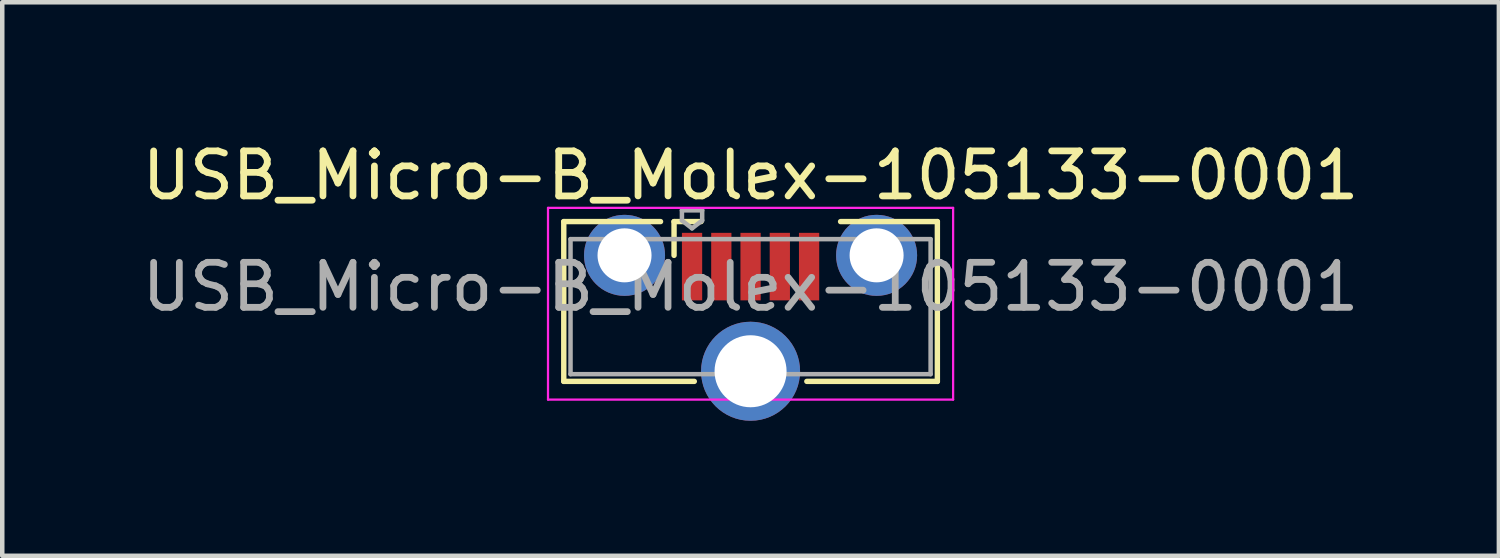
<source format=kicad_pcb>
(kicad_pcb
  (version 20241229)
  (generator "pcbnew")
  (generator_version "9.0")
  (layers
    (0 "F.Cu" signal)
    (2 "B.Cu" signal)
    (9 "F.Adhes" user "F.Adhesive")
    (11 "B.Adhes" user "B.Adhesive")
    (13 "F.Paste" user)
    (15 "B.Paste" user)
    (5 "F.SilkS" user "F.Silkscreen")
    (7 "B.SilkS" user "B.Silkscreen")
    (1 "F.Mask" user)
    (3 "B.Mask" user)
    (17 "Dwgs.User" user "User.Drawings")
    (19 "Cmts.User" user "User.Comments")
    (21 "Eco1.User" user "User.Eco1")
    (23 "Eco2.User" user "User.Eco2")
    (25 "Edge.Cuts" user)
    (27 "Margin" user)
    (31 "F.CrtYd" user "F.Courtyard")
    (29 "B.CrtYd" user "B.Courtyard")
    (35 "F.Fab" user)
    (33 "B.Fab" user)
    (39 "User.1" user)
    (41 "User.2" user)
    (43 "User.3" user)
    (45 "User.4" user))
  (footprint "USB_Micro-B_Molex-105133-0001"
    (layer "F.Cu")
    (at 13.625 3.698)
    (property "Reference" "USB_Micro-B_Molex-105133-0001" (at 0 -2.85 0) (layer "F.SilkS") (effects (font (size 1 1) (thickness 0.15))))
    (attr smd)
    (fp_line (start -4.15 -1.825) (end -4.15 1.725) (stroke (width 0.12) (type solid)) (layer "F.SilkS"))
    (fp_line (start -4.15 1.725) (end -1.25 1.725) (stroke (width 0.12) (type solid)) (layer "F.SilkS"))
    (fp_line (start -2 -1.825) (end -4.15 -1.825) (stroke (width 0.12) (type solid)) (layer "F.SilkS"))
    (fp_line (start -1.7 -1.825) (end -1.1 -1.825) (stroke (width 0.12) (type solid)) (layer "F.SilkS"))
    (fp_line (start -1.7 -1.075) (end -1.7 -1.825) (stroke (width 0.12) (type solid)) (layer "F.SilkS"))
    (fp_line (start 2 -1.825) (end 4.15 -1.825) (stroke (width 0.12) (type solid)) (layer "F.SilkS"))
    (fp_line (start 4.15 -1.825) (end 4.15 1.725) (stroke (width 0.12) (type solid)) (layer "F.SilkS"))
    (fp_line (start 4.15 1.725) (end 1.25 1.725) (stroke (width 0.12) (type solid)) (layer "F.SilkS"))
    (fp_line (start -4.5 -2.13) (end 4.5 -2.13) (stroke (width 0.05) (type solid)) (layer "F.CrtYd"))
    (fp_line (start -4.5 2.13) (end -4.5 -2.13) (stroke (width 0.05) (type solid)) (layer "F.CrtYd"))
    (fp_line (start -4.5 2.13) (end 4.5 2.13) (stroke (width 0.05) (type solid)) (layer "F.CrtYd"))
    (fp_line (start 4.5 2.13) (end 4.5 -2.13) (stroke (width 0.05) (type solid)) (layer "F.CrtYd"))
    (fp_line (start -4 1.565) (end -4 -1.435) (stroke (width 0.1) (type solid)) (layer "F.Fab"))
    (fp_line (start -4 1.565) (end 4 1.565) (stroke (width 0.1) (type solid)) (layer "F.Fab"))
    (fp_line (start -1.525 -2.075) (end -1.075 -2.075) (stroke (width 0.1) (type solid)) (layer "F.Fab"))
    (fp_line (start -1.525 -1.85) (end -1.525 -2.075) (stroke (width 0.1) (type solid)) (layer "F.Fab"))
    (fp_line (start -1.3 -1.675) (end -1.525 -1.85) (stroke (width 0.1) (type solid)) (layer "F.Fab"))
    (fp_line (start -1.3 -1.675) (end -1.075 -1.85) (stroke (width 0.1) (type solid)) (layer "F.Fab"))
    (fp_line (start -1.075 -2.075) (end -1.075 -1.85) (stroke (width 0.1) (type solid)) (layer "F.Fab"))
    (fp_line (start 4 -1.435) (end -4 -1.435) (stroke (width 0.1) (type solid)) (layer "F.Fab"))
    (fp_line (start 4 1.565) (end 4 -1.435) (stroke (width 0.1) (type solid)) (layer "F.Fab"))
    (fp_text user "${REFERENCE}" (at 0 -0.375 0) (layer "F.Fab") (effects (font (size 1 1) (thickness 0.15))))
    (pad "1" smd rect (at -1.3 -0.825) (size 0.45 1.5) (layers "F.Cu" "F.Mask" "F.Paste"))
    (pad "2" smd rect (at -0.65 -0.825) (size 0.45 1.5) (layers "F.Cu" "F.Mask" "F.Paste"))
    (pad "3" smd rect (at 0 -0.825) (size 0.45 1.5) (layers "F.Cu" "F.Mask" "F.Paste"))
    (pad "4" smd rect (at 0.65 -0.825) (size 0.45 1.5) (layers "F.Cu" "F.Mask" "F.Paste"))
    (pad "5" smd rect (at 1.3 -0.825) (size 0.45 1.5) (layers "F.Cu" "F.Mask" "F.Paste"))
    (pad "6" thru_hole circle (at -2.8 -1.075) (size 1.8 1.8) (drill 1.2) (layers "*.Cu" "*.Mask"))
    (pad "6" thru_hole circle (at 0 1.5) (size 2.2 2.2) (drill 1.6) (layers "*.Cu" "*.Mask"))
    (pad "6" thru_hole circle (at 2.8 -1.075) (size 1.8 1.8) (drill 1.2) (layers "*.Cu" "*.Mask")))
  (gr_rect
    (start -3 -3)
    (end 30.25 9.298)
    (stroke (width 0.1) (type default))
    (fill no)
    (layer "Edge.Cuts")))
</source>
